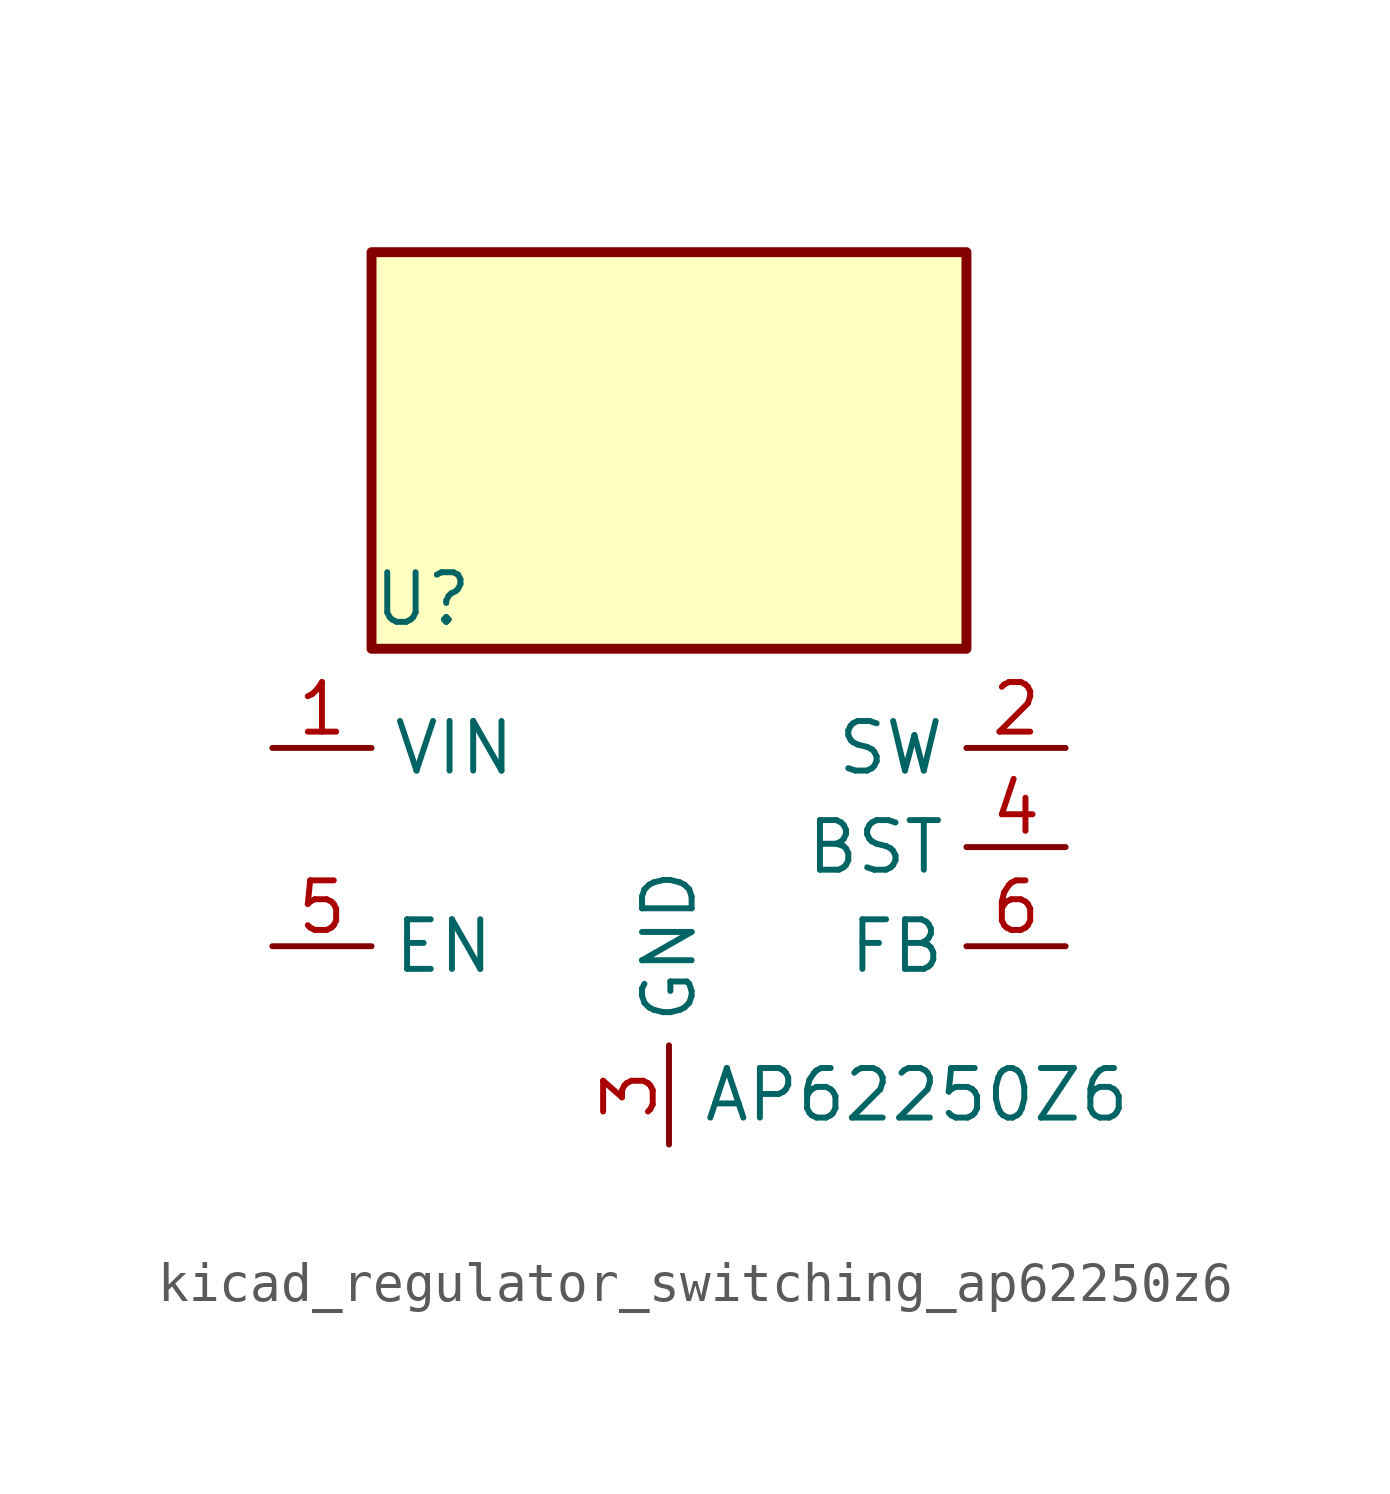
<source format=kicad_sym>
(kicad_symbol_lib
  (version 20220914)
  (generator kicad_symbol_editor)
  (symbol "kicad_regulator_switching_ap62250z6"
    (property "Reference" "U"
      (at -7.62 6.35 0)
      (effects (font (size 1.27 1.27)) (justify left)))
    (property "Value" "AP62250Z6"
      (at 6.35 -6.35 0)
      (effects (font (size 1.27 1.27))))
    (symbol "kicad_regulator_switching_ap62250z6_0_1"
      (rectangle (start 7.62 15.24) (end -7.62 5.08) (stroke (width 0.254) (type default)) (fill (type background))))
    (symbol "kicad_regulator_switching_ap62250z6_1_1"
      (pin power_in line (at -10.16 2.54 0) (length 2.54) (name "VIN" (effects (font (size 1.27 1.27)))) (number "1" (effects (font (size 1.27 1.27)))))
      (pin output line (at 10.16 2.54 180) (length 2.54) (name "SW" (effects (font (size 1.27 1.27)))) (number "2" (effects (font (size 1.27 1.27)))))
      (pin power_in line (at 0 -7.62 90) (length 2.54) (name "GND" (effects (font (size 1.27 1.27)))) (number "3" (effects (font (size 1.27 1.27)))))
      (pin passive line (at 10.16 0 180) (length 2.54) (name "BST" (effects (font (size 1.27 1.27)))) (number "4" (effects (font (size 1.27 1.27)))))
      (pin input line (at -10.16 -2.54 0) (length 2.54) (name "EN" (effects (font (size 1.27 1.27)))) (number "5" (effects (font (size 1.27 1.27)))))
      (pin input line (at 10.16 -2.54 180) (length 2.54) (name "FB" (effects (font (size 1.27 1.27)))) (number "6" (effects (font (size 1.27 1.27))))))))
</source>
